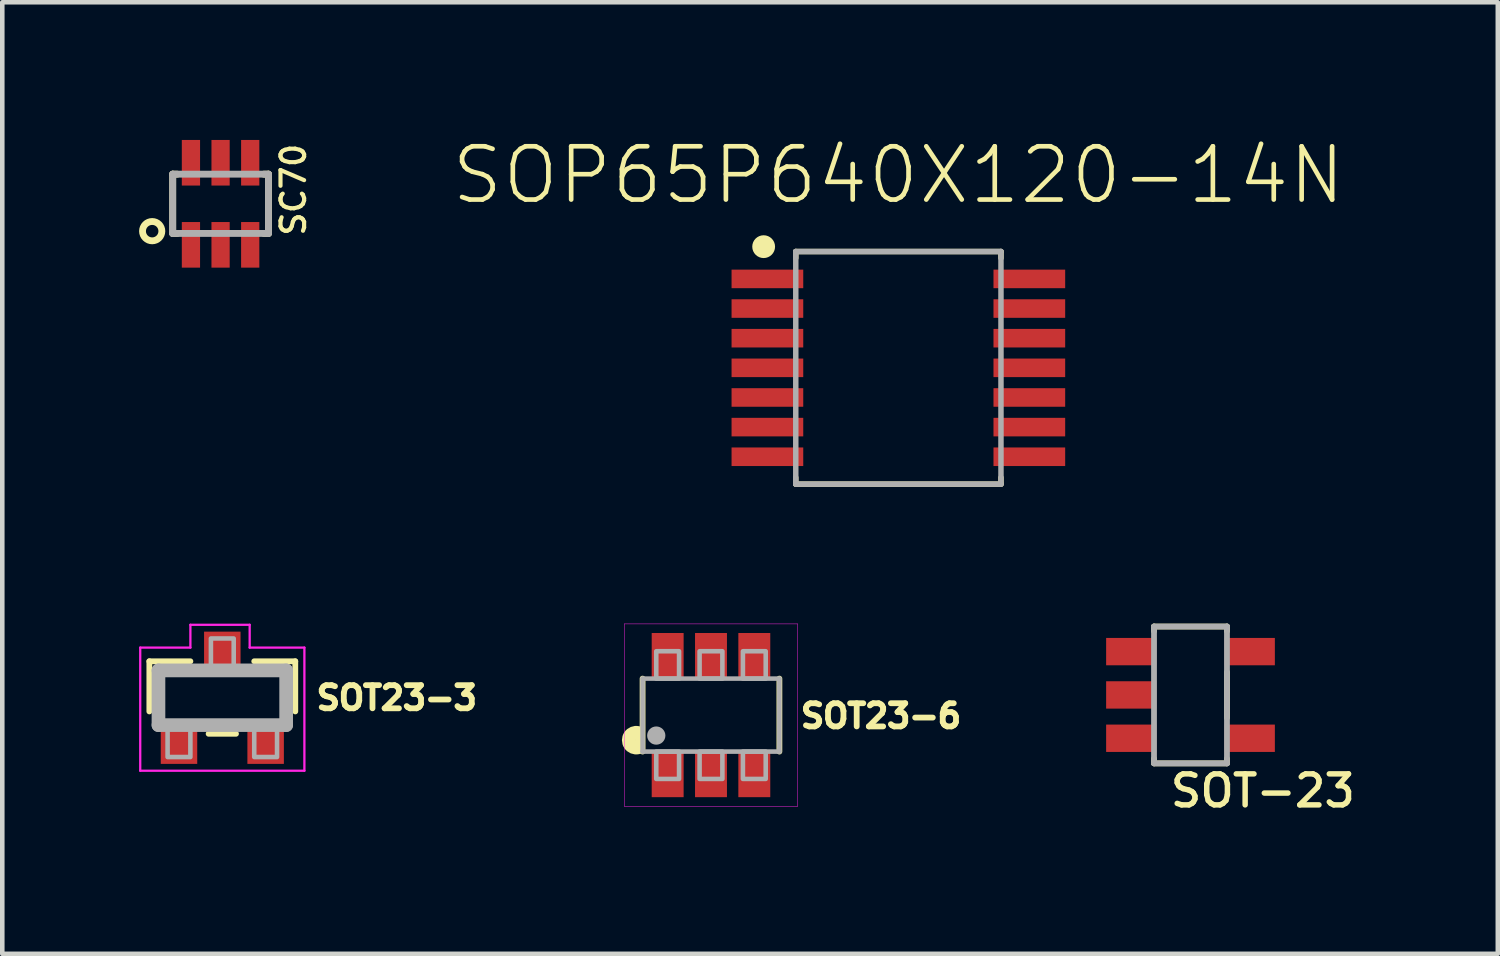
<source format=kicad_pcb>
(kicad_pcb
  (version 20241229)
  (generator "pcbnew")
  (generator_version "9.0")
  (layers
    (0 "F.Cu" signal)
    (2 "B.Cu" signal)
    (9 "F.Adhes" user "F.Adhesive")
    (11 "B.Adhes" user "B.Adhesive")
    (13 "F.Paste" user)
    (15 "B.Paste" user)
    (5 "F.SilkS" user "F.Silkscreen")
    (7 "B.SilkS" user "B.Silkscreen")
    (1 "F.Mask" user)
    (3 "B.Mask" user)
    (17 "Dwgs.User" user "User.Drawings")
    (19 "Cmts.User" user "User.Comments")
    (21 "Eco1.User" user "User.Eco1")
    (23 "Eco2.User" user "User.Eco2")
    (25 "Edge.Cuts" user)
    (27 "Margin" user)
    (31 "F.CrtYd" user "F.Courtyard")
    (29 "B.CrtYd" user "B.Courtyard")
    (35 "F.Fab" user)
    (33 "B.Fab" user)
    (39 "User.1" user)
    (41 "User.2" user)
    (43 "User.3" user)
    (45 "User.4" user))
  (footprint "SOT23-3"
    (layer "F.Cu")
    (at 1.825 12.251)
    (property "Reference" "SOT23-3" (at 2 0.3 0) (layer "F.SilkS") (effects (font (size 0.508 0.508) (thickness 0.127)) (justify left bottom)))
    (fp_poly (pts (xy -1.45 1.545) (xy -0.455 1.545) (xy -0.455 0.455) (xy -1.45 0.455)) (stroke (width 0) (type solid)) (fill yes) (layer "F.Mask"))
    (fp_poly (pts (xy -0.5 -0.455) (xy 0.5 -0.455) (xy 0.5 -1.55) (xy -0.5 -1.55)) (stroke (width 0) (type solid)) (fill yes) (layer "F.Mask"))
    (fp_poly (pts (xy 0.455 1.545) (xy 1.455 1.545) (xy 1.455 0.445) (xy 0.455 0.445)) (stroke (width 0) (type solid)) (fill yes) (layer "F.Mask"))
    (fp_line (start -1.6 -0.8) (end -0.7 -0.8) (stroke (width 0.127) (type solid)) (layer "F.SilkS"))
    (fp_line (start -1.6 0.3) (end -1.6 -0.8) (stroke (width 0.127) (type solid)) (layer "F.SilkS"))
    (fp_line (start -0.3 0.79) (end 0.3 0.79) (stroke (width 0.127) (type solid)) (layer "F.SilkS"))
    (fp_line (start 1.6 -0.8) (end 0.7 -0.8) (stroke (width 0.127) (type solid)) (layer "F.SilkS"))
    (fp_line (start 1.6 0.3) (end 1.6 -0.8) (stroke (width 0.127) (type solid)) (layer "F.SilkS"))
    (fp_line (start -1.8 -1.1) (end -1.8 1.6) (stroke (width 0.05) (type solid)) (layer "F.CrtYd"))
    (fp_line (start -1.8 1.6) (end 1.8 1.6) (stroke (width 0.05) (type solid)) (layer "F.CrtYd"))
    (fp_line (start -0.7 -1.6) (end -0.7 -1.1) (stroke (width 0.05) (type solid)) (layer "F.CrtYd"))
    (fp_line (start -0.7 -1.1) (end -1.8 -1.1) (stroke (width 0.05) (type solid)) (layer "F.CrtYd"))
    (fp_line (start 0.6 -1.6) (end -0.7 -1.6) (stroke (width 0.05) (type solid)) (layer "F.CrtYd"))
    (fp_line (start 0.6 -1.1) (end 0.6 -1.6) (stroke (width 0.05) (type solid)) (layer "F.CrtYd"))
    (fp_line (start 1.8 -1.1) (end 0.6 -1.1) (stroke (width 0.05) (type solid)) (layer "F.CrtYd"))
    (fp_line (start 1.8 1.6) (end 1.8 -1.1) (stroke (width 0.05) (type solid)) (layer "F.CrtYd"))
    (fp_line (start -1.4 -0.6) (end -1.4 0.6) (stroke (width 0.3) (type solid)) (layer "F.Fab"))
    (fp_line (start -1.4 0.6) (end 1.4 0.6) (stroke (width 0.3) (type solid)) (layer "F.Fab"))
    (fp_line (start 1.4 -0.6) (end -1.4 -0.6) (stroke (width 0.3) (type solid)) (layer "F.Fab"))
    (fp_line (start 1.4 0.6) (end 1.4 -0.6) (stroke (width 0.3) (type solid)) (layer "F.Fab"))
    (fp_poly (pts (xy -1.2 1.3) (xy -0.7 1.3) (xy -0.7 0.65) (xy -1.2 0.65)) (stroke (width 0.1) (type solid)) (fill no) (layer "F.Fab"))
    (fp_poly (pts (xy -0.25 -0.65) (xy 0.25 -0.65) (xy 0.25 -1.3) (xy -0.25 -1.3)) (stroke (width 0.1) (type solid)) (fill no) (layer "F.Fab"))
    (fp_poly (pts (xy 0.7 1.3) (xy 1.2 1.3) (xy 1.2 0.65) (xy 0.7 0.65)) (stroke (width 0.1) (type solid)) (fill no) (layer "F.Fab"))
    (pad "1" smd rect (at -0.95 1) (size 0.8 0.9) (layers "F.Cu" "F.Paste"))
    (pad "2" smd rect (at 0.95 1) (size 0.8 0.9) (layers "F.Cu" "F.Paste"))
    (pad "3" smd rect (at 0 -1) (size 0.8 0.9) (layers "F.Cu" "F.Paste")))
  (footprint "SC70"
    (layer "F.Cu")
    (at 1.787 1.419)
    (property "Reference" "SC70" (at 1.9 0.75 90) (layer "F.SilkS") (effects (font (size 0.518 0.518) (thickness 0.091)) (justify left bottom)))
    (fp_line (start -1.05 -0.65) (end -1.05 0.65) (stroke (width 0.15) (type solid)) (layer "F.SilkS"))
    (fp_line (start -1.05 0.65) (end -0.95 0.65) (stroke (width 0.15) (type solid)) (layer "F.SilkS"))
    (fp_line (start -0.95 -0.65) (end -1.05 -0.65) (stroke (width 0.15) (type solid)) (layer "F.SilkS"))
    (fp_line (start 0.95 -0.65) (end 1.05 -0.65) (stroke (width 0.15) (type solid)) (layer "F.SilkS"))
    (fp_line (start 1.05 -0.65) (end 1.05 0.65) (stroke (width 0.15) (type solid)) (layer "F.SilkS"))
    (fp_line (start 1.05 0.65) (end 0.95 0.65) (stroke (width 0.15) (type solid)) (layer "F.SilkS"))
    (fp_circle (center -1.5 0.6) (end -1.288 0.6) (stroke (width 0.15) (type solid)) (fill no) (layer "F.SilkS"))
    (fp_poly (pts (xy -0.8 -0.65) (xy -0.5 -0.65) (xy -0.5 -1.35) (xy -0.8 -1.35)) (stroke (width 0) (type solid)) (fill yes) (layer "F.Paste"))
    (fp_poly (pts (xy -0.5 0.65) (xy -0.8 0.65) (xy -0.8 1.35) (xy -0.5 1.35)) (stroke (width 0) (type solid)) (fill yes) (layer "F.Paste"))
    (fp_poly (pts (xy -0.15 -0.65) (xy 0.15 -0.65) (xy 0.15 -1.35) (xy -0.15 -1.35)) (stroke (width 0) (type solid)) (fill yes) (layer "F.Paste"))
    (fp_poly (pts (xy 0.15 0.65) (xy -0.15 0.65) (xy -0.15 1.35) (xy 0.15 1.35)) (stroke (width 0) (type solid)) (fill yes) (layer "F.Paste"))
    (fp_poly (pts (xy 0.5 -0.65) (xy 0.8 -0.65) (xy 0.8 -1.35) (xy 0.5 -1.35)) (stroke (width 0) (type solid)) (fill yes) (layer "F.Paste"))
    (fp_poly (pts (xy 0.8 0.65) (xy 0.5 0.65) (xy 0.5 1.35) (xy 0.8 1.35)) (stroke (width 0) (type solid)) (fill yes) (layer "F.Paste"))
    (fp_line (start -1.05 -0.65) (end -1.05 0.65) (stroke (width 0.15) (type solid)) (layer "F.Fab"))
    (fp_line (start -1.05 0.65) (end 1.05 0.65) (stroke (width 0.15) (type solid)) (layer "F.Fab"))
    (fp_line (start 1.05 -0.65) (end -1.05 -0.65) (stroke (width 0.15) (type solid)) (layer "F.Fab"))
    (fp_line (start 1.05 0.65) (end 1.05 -0.65) (stroke (width 0.15) (type solid)) (layer "F.Fab"))
    (pad "1" smd rect (at -0.65 0.9 180) (size 0.4 1) (layers "F.Cu" "F.Mask"))
    (pad "2" smd rect (at 0 0.9 180) (size 0.4 1) (layers "F.Cu" "F.Mask"))
    (pad "3" smd rect (at 0.65 0.9 180) (size 0.4 1) (layers "F.Cu" "F.Mask"))
    (pad "4" smd rect (at 0.65 -0.9) (size 0.4 1) (layers "F.Cu" "F.Mask"))
    (pad "5" smd rect (at 0 -0.9) (size 0.4 1) (layers "F.Cu" "F.Mask"))
    (pad "6" smd rect (at -0.65 -0.9) (size 0.4 1) (layers "F.Cu" "F.Mask")))
  (footprint "SOP65P640X120-14N"
    (layer "F.Cu")
    (at 16.65 5.016)
    (property "Reference" "SOP65P640X120-14N" (at 0 -3.542 0) (layer "F.SilkS") (effects (font (size 1.168 1.168) (thickness 0.102)) (justify bottom)))
    (fp_line (start -2.25 -2.55) (end 2.25 -2.55) (stroke (width 0.12) (type solid)) (layer "F.SilkS"))
    (fp_line (start -2.25 -2.407) (end -2.25 -2.55) (stroke (width 0.12) (type solid)) (layer "F.SilkS"))
    (fp_line (start -2.25 2.407) (end -2.25 2.55) (stroke (width 0.12) (type solid)) (layer "F.SilkS"))
    (fp_line (start -2.25 2.55) (end 2.25 2.55) (stroke (width 0.12) (type solid)) (layer "F.SilkS"))
    (fp_line (start 2.25 -2.55) (end 2.25 -2.407) (stroke (width 0.12) (type solid)) (layer "F.SilkS"))
    (fp_line (start 2.25 2.55) (end 2.25 2.407) (stroke (width 0.12) (type solid)) (layer "F.SilkS"))
    (fp_circle (center -2.954 -2.657) (end -2.829 -2.657) (stroke (width 0.25) (type solid)) (fill yes) (layer "F.SilkS"))
    (fp_line (start -2.25 -2.55) (end 2.25 -2.55) (stroke (width 0.12) (type solid)) (layer "F.Fab"))
    (fp_line (start -2.25 2.55) (end -2.25 -2.55) (stroke (width 0.12) (type solid)) (layer "F.Fab"))
    (fp_line (start 2.25 -2.55) (end 2.25 2.55) (stroke (width 0.12) (type solid)) (layer "F.Fab"))
    (fp_line (start 2.25 2.55) (end -2.25 2.55) (stroke (width 0.12) (type solid)) (layer "F.Fab"))
    (pad "1" smd rect (at -2.872 -1.95) (size 1.572 0.407) (layers "F.Cu" "F.Mask" "F.Paste"))
    (pad "2" smd rect (at -2.872 -1.3) (size 1.572 0.407) (layers "F.Cu" "F.Mask" "F.Paste"))
    (pad "3" smd rect (at -2.872 -0.65) (size 1.572 0.407) (layers "F.Cu" "F.Mask" "F.Paste"))
    (pad "4" smd rect (at -2.872 0) (size 1.572 0.407) (layers "F.Cu" "F.Mask" "F.Paste"))
    (pad "5" smd rect (at -2.872 0.65) (size 1.572 0.407) (layers "F.Cu" "F.Mask" "F.Paste"))
    (pad "6" smd rect (at -2.872 1.3) (size 1.572 0.407) (layers "F.Cu" "F.Mask" "F.Paste"))
    (pad "7" smd rect (at -2.872 1.95) (size 1.572 0.407) (layers "F.Cu" "F.Mask" "F.Paste"))
    (pad "8" smd rect (at 2.872 1.95) (size 1.572 0.407) (layers "F.Cu" "F.Mask" "F.Paste"))
    (pad "9" smd rect (at 2.872 1.3) (size 1.572 0.407) (layers "F.Cu" "F.Mask" "F.Paste"))
    (pad "10" smd rect (at 2.872 0.65) (size 1.572 0.407) (layers "F.Cu" "F.Mask" "F.Paste"))
    (pad "11" smd rect (at 2.872 0) (size 1.572 0.407) (layers "F.Cu" "F.Mask" "F.Paste"))
    (pad "12" smd rect (at 2.872 -0.65) (size 1.572 0.407) (layers "F.Cu" "F.Mask" "F.Paste"))
    (pad "13" smd rect (at 2.872 -1.3) (size 1.572 0.407) (layers "F.Cu" "F.Mask" "F.Paste"))
    (pad "14" smd rect (at 2.872 -1.95) (size 1.572 0.407) (layers "F.Cu" "F.Mask" "F.Paste")))
  (footprint "SOT23-6"
    (layer "F.Cu")
    (at 12.541 12.631)
    (property "Reference" "SOT23-6" (at 1.902 0.317 0) (layer "F.SilkS") (effects (font (size 0.508 0.508) (thickness 0.127)) (justify left bottom)))
    (fp_poly (pts (xy -0.53 -1.865) (xy -1.37 -1.865) (xy -1.37 -0.735) (xy -0.53 -0.735)) (stroke (width 0) (type solid)) (fill yes) (layer "F.Mask"))
    (fp_poly (pts (xy -0.53 0.735) (xy -1.37 0.735) (xy -1.37 1.865) (xy -0.53 1.865)) (stroke (width 0) (type solid)) (fill yes) (layer "F.Mask"))
    (fp_poly (pts (xy 0.42 -1.865) (xy -0.42 -1.865) (xy -0.42 -0.735) (xy 0.42 -0.735)) (stroke (width 0) (type solid)) (fill yes) (layer "F.Mask"))
    (fp_poly (pts (xy 0.42 0.735) (xy -0.42 0.735) (xy -0.42 1.865) (xy 0.42 1.865)) (stroke (width 0) (type solid)) (fill yes) (layer "F.Mask"))
    (fp_poly (pts (xy 1.37 -1.865) (xy 0.53 -1.865) (xy 0.53 -0.735) (xy 1.37 -0.735)) (stroke (width 0) (type solid)) (fill yes) (layer "F.Mask"))
    (fp_poly (pts (xy 1.37 0.735) (xy 0.53 0.735) (xy 0.53 1.865) (xy 1.37 1.865)) (stroke (width 0) (type solid)) (fill yes) (layer "F.Mask"))
    (fp_line (start -1.5 0.8) (end -1.5 -0.8) (stroke (width 0.127) (type solid)) (layer "F.SilkS"))
    (fp_line (start 1.5 -0.8) (end 1.5 0.8) (stroke (width 0.127) (type solid)) (layer "F.SilkS"))
    (fp_arc (start -1.61 0.7) (mid -1.792971 0.55) (end -1.61 0.4) (stroke (width 0.32) (type solid)) (layer "F.SilkS"))
    (fp_line (start -1.9 -2) (end -1.9 2) (stroke (width 0.01) (type solid)) (layer "F.CrtYd"))
    (fp_line (start -1.9 2) (end 1.9 2) (stroke (width 0.01) (type solid)) (layer "F.CrtYd"))
    (fp_line (start 1.9 -2) (end -1.9 -2) (stroke (width 0.01) (type solid)) (layer "F.CrtYd"))
    (fp_line (start 1.9 2) (end 1.9 -2) (stroke (width 0.01) (type solid)) (layer "F.CrtYd"))
    (fp_line (start -1.5 -0.8) (end 1.5 -0.8) (stroke (width 0.1) (type solid)) (layer "F.Fab"))
    (fp_line (start -1.5 0.8) (end -1.5 -0.8) (stroke (width 0.1) (type solid)) (layer "F.Fab"))
    (fp_line (start 1.5 -0.8) (end 1.5 0.8) (stroke (width 0.1) (type solid)) (layer "F.Fab"))
    (fp_line (start 1.5 0.8) (end -1.5 0.8) (stroke (width 0.1) (type solid)) (layer "F.Fab"))
    (fp_circle (center -1.2 0.449) (end -1.1 0.449) (stroke (width 0.2) (type solid)) (fill no) (layer "F.Fab"))
    (fp_poly (pts (xy -1.2 -0.8) (xy -0.7 -0.8) (xy -0.7 -1.4) (xy -1.2 -1.4)) (stroke (width 0.1) (type solid)) (fill no) (layer "F.Fab"))
    (fp_poly (pts (xy -1.2 1.4) (xy -0.7 1.4) (xy -0.7 0.8) (xy -1.2 0.8)) (stroke (width 0.1) (type solid)) (fill no) (layer "F.Fab"))
    (fp_poly (pts (xy -0.25 -0.8) (xy 0.25 -0.8) (xy 0.25 -1.4) (xy -0.25 -1.4)) (stroke (width 0.1) (type solid)) (fill no) (layer "F.Fab"))
    (fp_poly (pts (xy -0.25 1.4) (xy 0.25 1.4) (xy 0.25 0.8) (xy -0.25 0.8)) (stroke (width 0.1) (type solid)) (fill no) (layer "F.Fab"))
    (fp_poly (pts (xy 0.7 -0.8) (xy 1.2 -0.8) (xy 1.2 -1.4) (xy 0.7 -1.4)) (stroke (width 0.1) (type solid)) (fill no) (layer "F.Fab"))
    (fp_poly (pts (xy 0.7 1.4) (xy 1.2 1.4) (xy 1.2 0.8) (xy 0.7 0.8)) (stroke (width 0.1) (type solid)) (fill no) (layer "F.Fab"))
    (pad "1" smd rect (at -0.95 1.3) (size 0.7 1) (layers "F.Cu" "F.Paste"))
    (pad "2" smd rect (at 0 1.3) (size 0.7 1) (layers "F.Cu" "F.Paste"))
    (pad "3" smd rect (at 0.95 1.3) (size 0.7 1) (layers "F.Cu" "F.Paste"))
    (pad "4" smd rect (at 0.95 -1.3) (size 0.7 1) (layers "F.Cu" "F.Paste"))
    (pad "5" smd rect (at 0 -1.3) (size 0.7 1) (layers "F.Cu" "F.Paste"))
    (pad "6" smd rect (at -0.95 -1.3) (size 0.7 1) (layers "F.Cu" "F.Paste")))
  (footprint "SOT-23"
    (layer "F.Cu")
    (at 23.056 12.189)
    (property "Reference" "SOT-23" (at -0.5 2.5 0) (layer "F.SilkS") (effects (font (size 0.68 0.68) (thickness 0.12)) (justify left bottom)))
    (fp_line (start -0.8 -1.5) (end 0.8 -1.5) (stroke (width 0.127) (type solid)) (layer "F.SilkS"))
    (fp_line (start -0.8 -1.4) (end -0.8 -1.5) (stroke (width 0.127) (type solid)) (layer "F.SilkS"))
    (fp_line (start -0.8 1.4) (end -0.8 1.5) (stroke (width 0.127) (type solid)) (layer "F.SilkS"))
    (fp_line (start -0.8 1.5) (end 0.8 1.5) (stroke (width 0.127) (type solid)) (layer "F.SilkS"))
    (fp_line (start 0.8 -1.5) (end 0.8 -1.4) (stroke (width 0.127) (type solid)) (layer "F.SilkS"))
    (fp_line (start 0.8 -0.5) (end 0.8 0.5) (stroke (width 0.127) (type solid)) (layer "F.SilkS"))
    (fp_line (start 0.8 1.5) (end 0.8 1.4) (stroke (width 0.127) (type solid)) (layer "F.SilkS"))
    (fp_poly (pts (xy -1.72 0.22) (xy -0.82 0.22) (xy -0.82 -0.23) (xy -1.72 -0.23)) (stroke (width 0) (type solid)) (fill yes) (layer "F.Paste"))
    (fp_poly (pts (xy -0.84 -1.18) (xy -1.74 -1.18) (xy -1.74 -0.73) (xy -0.84 -0.73)) (stroke (width 0) (type solid)) (fill yes) (layer "F.Paste"))
    (fp_poly (pts (xy -0.84 0.72) (xy -1.74 0.72) (xy -1.74 1.17) (xy -0.84 1.17)) (stroke (width 0) (type solid)) (fill yes) (layer "F.Paste"))
    (fp_poly (pts (xy 0.84 -0.72) (xy 1.74 -0.72) (xy 1.74 -1.17) (xy 0.84 -1.17)) (stroke (width 0) (type solid)) (fill yes) (layer "F.Paste"))
    (fp_poly (pts (xy 0.84 1.18) (xy 1.74 1.18) (xy 1.74 0.73) (xy 0.84 0.73)) (stroke (width 0) (type solid)) (fill yes) (layer "F.Paste"))
    (fp_line (start -0.8 -1.5) (end 0.8 -1.5) (stroke (width 0.127) (type solid)) (layer "F.Fab"))
    (fp_line (start -0.8 1.5) (end -0.8 -1.5) (stroke (width 0.127) (type solid)) (layer "F.Fab"))
    (fp_line (start 0.8 -1.5) (end 0.8 1.5) (stroke (width 0.127) (type solid)) (layer "F.Fab"))
    (fp_line (start 0.8 1.5) (end -0.8 1.5) (stroke (width 0.127) (type solid)) (layer "F.Fab"))
    (pad "1" smd rect (at -1.3 -0.95) (size 1.1 0.6) (layers "F.Cu" "F.Mask"))
    (pad "2" smd rect (at -1.3 0) (size 1.1 0.6) (layers "F.Cu" "F.Mask"))
    (pad "3" smd rect (at -1.3 0.95 180) (size 1.1 0.6) (layers "F.Cu" "F.Mask"))
    (pad "4" smd rect (at 1.3 0.95 180) (size 1.1 0.6) (layers "F.Cu" "F.Mask"))
    (pad "5" smd rect (at 1.3 -0.95) (size 1.1 0.6) (layers "F.Cu" "F.Mask")))
  (gr_rect
    (start -3 -3)
    (end 29.795 17.866)
    (stroke (width 0.1) (type default))
    (fill no)
    (layer "Edge.Cuts")))
</source>
